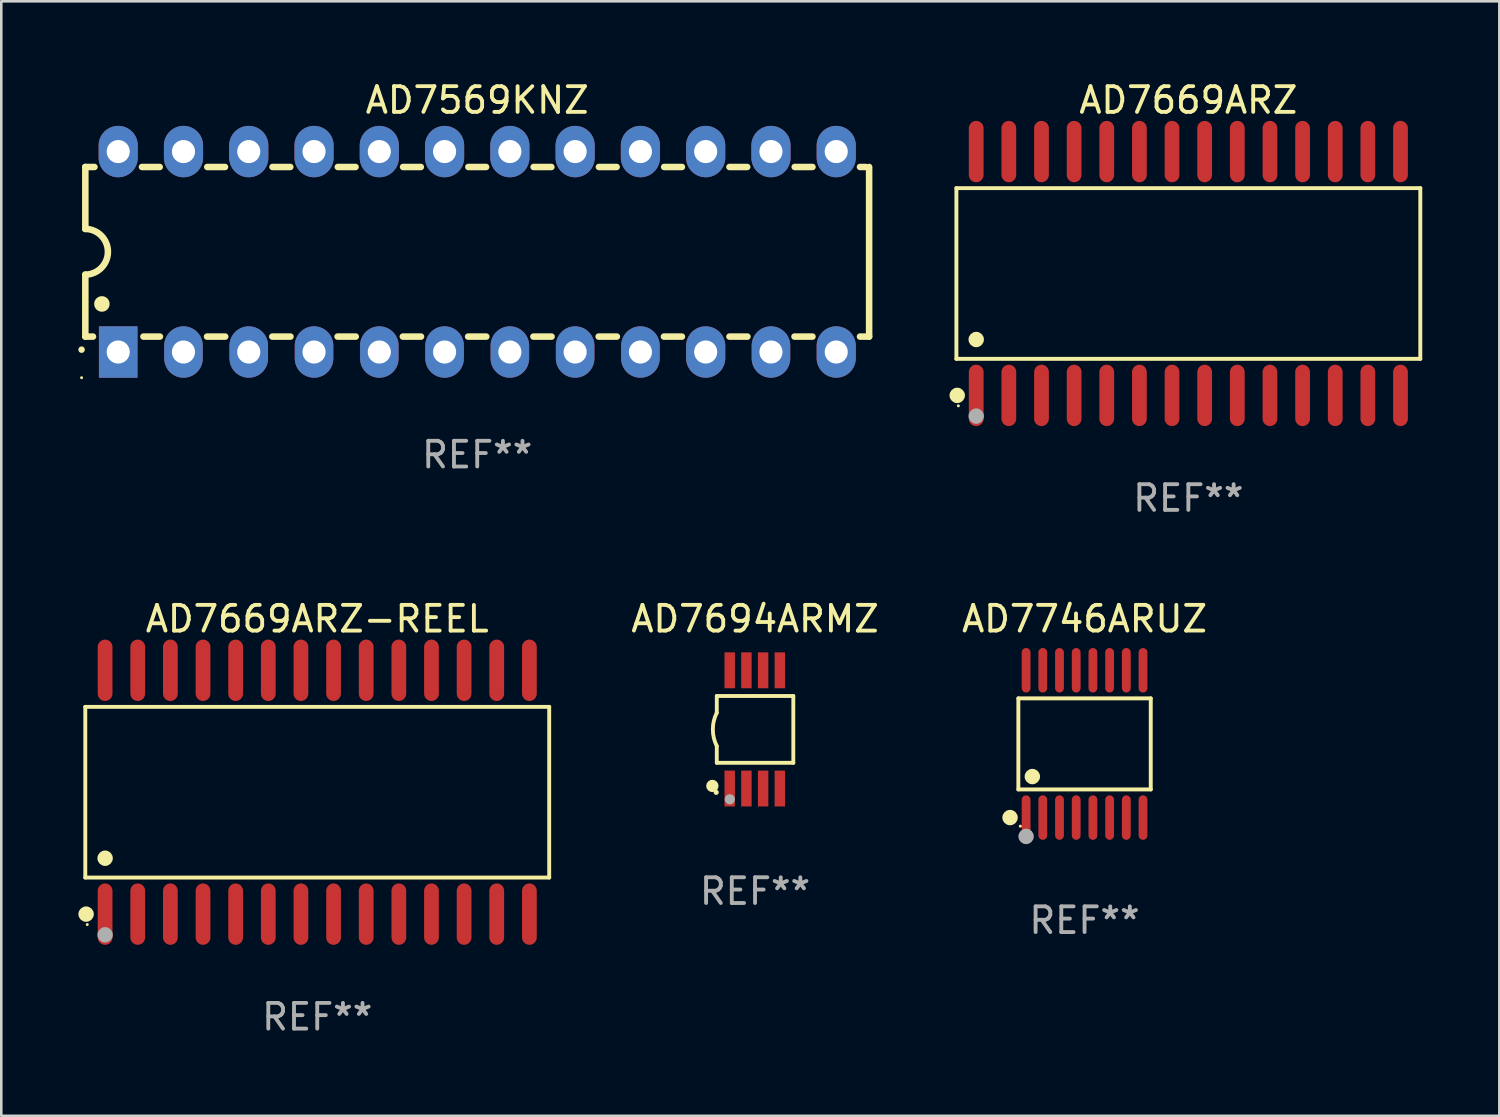
<source format=kicad_pcb>
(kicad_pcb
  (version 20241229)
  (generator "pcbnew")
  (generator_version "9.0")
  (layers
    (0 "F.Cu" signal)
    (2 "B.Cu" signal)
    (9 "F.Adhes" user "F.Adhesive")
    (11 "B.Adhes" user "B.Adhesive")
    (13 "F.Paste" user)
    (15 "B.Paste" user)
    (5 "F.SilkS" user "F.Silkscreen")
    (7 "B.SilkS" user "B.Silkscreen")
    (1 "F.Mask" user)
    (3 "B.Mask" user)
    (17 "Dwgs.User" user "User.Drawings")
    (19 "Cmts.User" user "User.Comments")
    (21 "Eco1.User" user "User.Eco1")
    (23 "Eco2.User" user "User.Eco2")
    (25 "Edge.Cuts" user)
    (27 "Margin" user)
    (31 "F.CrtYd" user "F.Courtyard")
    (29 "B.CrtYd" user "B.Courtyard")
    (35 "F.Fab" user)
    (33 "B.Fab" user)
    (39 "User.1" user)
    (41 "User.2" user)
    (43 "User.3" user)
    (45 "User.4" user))
  (footprint "AD7669ARZ-REEL"
    (layer "F.Cu")
    (at 9.295 27.777)
    (property "Reference" "AD7669ARZ-REEL" (at 0 -6.744 0) (layer "F.SilkS") (effects (font (size 1 1) (thickness 0.15))))
    (attr through_hole)
    (fp_line (start -9.026 -3.321) (end 9.026 -3.321) (stroke (width 0.152) (type solid)) (layer "F.SilkS"))
    (fp_line (start -9.026 3.321) (end -9.026 -3.321) (stroke (width 0.152) (type solid)) (layer "F.SilkS"))
    (fp_line (start 9.026 -3.321) (end 9.026 3.321) (stroke (width 0.152) (type solid)) (layer "F.SilkS"))
    (fp_line (start 9.026 3.321) (end -9.026 3.321) (stroke (width 0.152) (type solid)) (layer "F.SilkS"))
    (fp_circle (center -8.994 4.744) (end -8.844 4.744) (stroke (width 0.3) (type solid)) (fill no) (layer "F.SilkS"))
    (fp_circle (center -8.95 5.15) (end -8.92 5.15) (stroke (width 0.06) (type solid)) (fill no) (layer "F.SilkS"))
    (fp_circle (center -8.255 2.569) (end -8.105 2.569) (stroke (width 0.3) (type solid)) (fill no) (layer "F.SilkS"))
    (fp_circle (center -8.255 5.55) (end -8.105 5.55) (stroke (width 0.3) (type solid)) (fill no) (layer "F.Fab"))
    (fp_text user "REF**" (at 0 8.744 0) (layer "F.Fab") (effects (font (size 1 1) (thickness 0.15))))
    (pad "1" smd oval (at -8.255 4.744) (size 0.574 2.388) (layers "F.Cu" "F.Mask" "F.Paste"))
    (pad "2" smd oval (at -6.985 4.744) (size 0.574 2.388) (layers "F.Cu" "F.Mask" "F.Paste"))
    (pad "3" smd oval (at -5.715 4.744) (size 0.574 2.388) (layers "F.Cu" "F.Mask" "F.Paste"))
    (pad "4" smd oval (at -4.445 4.744) (size 0.574 2.388) (layers "F.Cu" "F.Mask" "F.Paste"))
    (pad "5" smd oval (at -3.175 4.744) (size 0.574 2.388) (layers "F.Cu" "F.Mask" "F.Paste"))
    (pad "6" smd oval (at -1.905 4.744) (size 0.574 2.388) (layers "F.Cu" "F.Mask" "F.Paste"))
    (pad "7" smd oval (at -0.635 4.744) (size 0.574 2.388) (layers "F.Cu" "F.Mask" "F.Paste"))
    (pad "8" smd oval (at 0.635 4.744) (size 0.574 2.388) (layers "F.Cu" "F.Mask" "F.Paste"))
    (pad "9" smd oval (at 1.905 4.744) (size 0.574 2.388) (layers "F.Cu" "F.Mask" "F.Paste"))
    (pad "10" smd oval (at 3.175 4.744) (size 0.574 2.388) (layers "F.Cu" "F.Mask" "F.Paste"))
    (pad "11" smd oval (at 4.445 4.744) (size 0.574 2.388) (layers "F.Cu" "F.Mask" "F.Paste"))
    (pad "12" smd oval (at 5.715 4.744) (size 0.574 2.388) (layers "F.Cu" "F.Mask" "F.Paste"))
    (pad "13" smd oval (at 6.985 4.744) (size 0.574 2.388) (layers "F.Cu" "F.Mask" "F.Paste"))
    (pad "14" smd oval (at 8.255 4.744) (size 0.574 2.388) (layers "F.Cu" "F.Mask" "F.Paste"))
    (pad "15" smd oval (at 8.255 -4.744) (size 0.574 2.388) (layers "F.Cu" "F.Mask" "F.Paste"))
    (pad "16" smd oval (at 6.985 -4.744) (size 0.574 2.388) (layers "F.Cu" "F.Mask" "F.Paste"))
    (pad "17" smd oval (at 5.715 -4.744) (size 0.574 2.388) (layers "F.Cu" "F.Mask" "F.Paste"))
    (pad "18" smd oval (at 4.445 -4.744) (size 0.574 2.388) (layers "F.Cu" "F.Mask" "F.Paste"))
    (pad "19" smd oval (at 3.175 -4.744) (size 0.574 2.388) (layers "F.Cu" "F.Mask" "F.Paste"))
    (pad "20" smd oval (at 1.905 -4.744) (size 0.574 2.388) (layers "F.Cu" "F.Mask" "F.Paste"))
    (pad "21" smd oval (at 0.635 -4.744) (size 0.574 2.388) (layers "F.Cu" "F.Mask" "F.Paste"))
    (pad "22" smd oval (at -0.635 -4.744) (size 0.574 2.388) (layers "F.Cu" "F.Mask" "F.Paste"))
    (pad "23" smd oval (at -1.905 -4.744) (size 0.574 2.388) (layers "F.Cu" "F.Mask" "F.Paste"))
    (pad "24" smd oval (at -3.175 -4.744) (size 0.574 2.388) (layers "F.Cu" "F.Mask" "F.Paste"))
    (pad "25" smd oval (at -4.445 -4.744) (size 0.574 2.388) (layers "F.Cu" "F.Mask" "F.Paste"))
    (pad "26" smd oval (at -5.715 -4.744) (size 0.574 2.388) (layers "F.Cu" "F.Mask" "F.Paste"))
    (pad "27" smd oval (at -6.985 -4.744) (size 0.574 2.388) (layers "F.Cu" "F.Mask" "F.Paste"))
    (pad "28" smd oval (at -8.255 -4.744) (size 0.574 2.388) (layers "F.Cu" "F.Mask" "F.Paste")))
  (footprint "AD7694ARMZ"
    (layer "F.Cu")
    (at 26.331 25.333)
    (property "Reference" "AD7694ARMZ" (at 0 -4.3 0) (layer "F.SilkS") (effects (font (size 1 1) (thickness 0.15))))
    (attr through_hole)
    (fp_line (start -1.489 -1.3) (end -1.489 -0.648) (stroke (width 0.15) (type solid)) (layer "F.SilkS"))
    (fp_line (start -1.489 0.648) (end -1.489 1.3) (stroke (width 0.15) (type solid)) (layer "F.SilkS"))
    (fp_line (start -1.489 1.3) (end 1.489 1.3) (stroke (width 0.15) (type solid)) (layer "F.SilkS"))
    (fp_line (start 1.489 -1.3) (end -1.489 -1.3) (stroke (width 0.15) (type solid)) (layer "F.SilkS"))
    (fp_line (start 1.489 1.3) (end 1.489 -1.3) (stroke (width 0.15) (type solid)) (layer "F.SilkS"))
    (fp_arc (start -1.489205 0.647702) (mid -1.642107 0) (end -1.489205 -0.647701) (stroke (width 0.150013) (type solid)) (layer "F.SilkS"))
    (fp_circle (center -1.661 2.2) (end -1.541 2.2) (stroke (width 0.24) (type solid)) (fill no) (layer "F.SilkS"))
    (fp_circle (center -1.511 2.45) (end -1.461 2.45) (stroke (width 0.1) (type solid)) (fill no) (layer "F.SilkS"))
    (fp_circle (center -0.981 2.72) (end -0.881 2.72) (stroke (width 0.2) (type solid)) (fill no) (layer "F.Fab"))
    (fp_text user "REF**" (at 0 6.3 0) (layer "F.Fab") (effects (font (size 1 1) (thickness 0.15))))
    (pad "1" smd rect (at -0.986 2.3) (size 0.406 1.397) (layers "F.Cu" "F.Mask" "F.Paste"))
    (pad "2" smd rect (at -0.336 2.3) (size 0.406 1.397) (layers "F.Cu" "F.Mask" "F.Paste"))
    (pad "3" smd rect (at 0.314 2.3) (size 0.406 1.397) (layers "F.Cu" "F.Mask" "F.Paste"))
    (pad "4" smd rect (at 0.964 2.3) (size 0.406 1.397) (layers "F.Cu" "F.Mask" "F.Paste"))
    (pad "5" smd rect (at 0.964 -2.3) (size 0.406 1.397) (layers "F.Cu" "F.Mask" "F.Paste"))
    (pad "6" smd rect (at 0.314 -2.3) (size 0.406 1.397) (layers "F.Cu" "F.Mask" "F.Paste"))
    (pad "7" smd rect (at -0.336 -2.3) (size 0.406 1.397) (layers "F.Cu" "F.Mask" "F.Paste"))
    (pad "8" smd rect (at -0.986 -2.3) (size 0.406 1.397) (layers "F.Cu" "F.Mask" "F.Paste")))
  (footprint "AD7746ARUZ"
    (layer "F.Cu")
    (at 39.153 25.898)
    (property "Reference" "AD7746ARUZ" (at 0 -4.866 0) (layer "F.SilkS") (effects (font (size 1 1) (thickness 0.15))))
    (attr through_hole)
    (fp_line (start -2.576 -1.772) (end 2.576 -1.772) (stroke (width 0.152) (type solid)) (layer "F.SilkS"))
    (fp_line (start -2.576 1.771) (end -2.576 -1.772) (stroke (width 0.152) (type solid)) (layer "F.SilkS"))
    (fp_line (start 2.576 -1.772) (end 2.576 1.771) (stroke (width 0.152) (type solid)) (layer "F.SilkS"))
    (fp_line (start 2.576 1.771) (end -2.576 1.771) (stroke (width 0.152) (type solid)) (layer "F.SilkS"))
    (fp_circle (center -2.899 2.866) (end -2.749 2.866) (stroke (width 0.3) (type solid)) (fill no) (layer "F.SilkS"))
    (fp_circle (center -2.5 3.2) (end -2.47 3.2) (stroke (width 0.06) (type solid)) (fill no) (layer "F.SilkS"))
    (fp_circle (center -2.032 1.27) (end -1.882 1.27) (stroke (width 0.3) (type solid)) (fill no) (layer "F.SilkS"))
    (fp_circle (center -2.275 3.6) (end -2.125 3.6) (stroke (width 0.3) (type solid)) (fill no) (layer "F.Fab"))
    (fp_text user "REF**" (at 0 6.866 0) (layer "F.Fab") (effects (font (size 1 1) (thickness 0.15))))
    (pad "1" smd oval (at -2.275 2.866) (size 0.343 1.731) (layers "F.Cu" "F.Mask" "F.Paste"))
    (pad "2" smd oval (at -1.625 2.866) (size 0.343 1.731) (layers "F.Cu" "F.Mask" "F.Paste"))
    (pad "3" smd oval (at -0.975 2.866) (size 0.343 1.731) (layers "F.Cu" "F.Mask" "F.Paste"))
    (pad "4" smd oval (at -0.325 2.866) (size 0.343 1.731) (layers "F.Cu" "F.Mask" "F.Paste"))
    (pad "5" smd oval (at 0.325 2.866) (size 0.343 1.731) (layers "F.Cu" "F.Mask" "F.Paste"))
    (pad "6" smd oval (at 0.975 2.866) (size 0.343 1.731) (layers "F.Cu" "F.Mask" "F.Paste"))
    (pad "7" smd oval (at 1.625 2.866) (size 0.343 1.731) (layers "F.Cu" "F.Mask" "F.Paste"))
    (pad "8" smd oval (at 2.275 2.866) (size 0.343 1.731) (layers "F.Cu" "F.Mask" "F.Paste"))
    (pad "9" smd oval (at 2.275 -2.866) (size 0.343 1.731) (layers "F.Cu" "F.Mask" "F.Paste"))
    (pad "10" smd oval (at 1.625 -2.866) (size 0.343 1.731) (layers "F.Cu" "F.Mask" "F.Paste"))
    (pad "11" smd oval (at 0.975 -2.866) (size 0.343 1.731) (layers "F.Cu" "F.Mask" "F.Paste"))
    (pad "12" smd oval (at 0.325 -2.866) (size 0.343 1.731) (layers "F.Cu" "F.Mask" "F.Paste"))
    (pad "13" smd oval (at -0.325 -2.866) (size 0.343 1.731) (layers "F.Cu" "F.Mask" "F.Paste"))
    (pad "14" smd oval (at -0.975 -2.866) (size 0.343 1.731) (layers "F.Cu" "F.Mask" "F.Paste"))
    (pad "15" smd oval (at -1.625 -2.866) (size 0.343 1.731) (layers "F.Cu" "F.Mask" "F.Paste"))
    (pad "16" smd oval (at -2.275 -2.866) (size 0.343 1.731) (layers "F.Cu" "F.Mask" "F.Paste")))
  (footprint "AD7669ARZ"
    (layer "F.Cu")
    (at 43.192 7.592)
    (property "Reference" "AD7669ARZ" (at 0 -6.744 0) (layer "F.SilkS") (effects (font (size 1 1) (thickness 0.15))))
    (attr through_hole)
    (fp_line (start -9.026 -3.321) (end 9.026 -3.321) (stroke (width 0.152) (type solid)) (layer "F.SilkS"))
    (fp_line (start -9.026 3.321) (end -9.026 -3.321) (stroke (width 0.152) (type solid)) (layer "F.SilkS"))
    (fp_line (start 9.026 -3.321) (end 9.026 3.321) (stroke (width 0.152) (type solid)) (layer "F.SilkS"))
    (fp_line (start 9.026 3.321) (end -9.026 3.321) (stroke (width 0.152) (type solid)) (layer "F.SilkS"))
    (fp_circle (center -8.994 4.744) (end -8.844 4.744) (stroke (width 0.3) (type solid)) (fill no) (layer "F.SilkS"))
    (fp_circle (center -8.95 5.15) (end -8.92 5.15) (stroke (width 0.06) (type solid)) (fill no) (layer "F.SilkS"))
    (fp_circle (center -8.255 2.569) (end -8.105 2.569) (stroke (width 0.3) (type solid)) (fill no) (layer "F.SilkS"))
    (fp_circle (center -8.255 5.55) (end -8.105 5.55) (stroke (width 0.3) (type solid)) (fill no) (layer "F.Fab"))
    (fp_text user "REF**" (at 0 8.744 0) (layer "F.Fab") (effects (font (size 1 1) (thickness 0.15))))
    (pad "1" smd oval (at -8.255 4.744) (size 0.574 2.388) (layers "F.Cu" "F.Mask" "F.Paste"))
    (pad "2" smd oval (at -6.985 4.744) (size 0.574 2.388) (layers "F.Cu" "F.Mask" "F.Paste"))
    (pad "3" smd oval (at -5.715 4.744) (size 0.574 2.388) (layers "F.Cu" "F.Mask" "F.Paste"))
    (pad "4" smd oval (at -4.445 4.744) (size 0.574 2.388) (layers "F.Cu" "F.Mask" "F.Paste"))
    (pad "5" smd oval (at -3.175 4.744) (size 0.574 2.388) (layers "F.Cu" "F.Mask" "F.Paste"))
    (pad "6" smd oval (at -1.905 4.744) (size 0.574 2.388) (layers "F.Cu" "F.Mask" "F.Paste"))
    (pad "7" smd oval (at -0.635 4.744) (size 0.574 2.388) (layers "F.Cu" "F.Mask" "F.Paste"))
    (pad "8" smd oval (at 0.635 4.744) (size 0.574 2.388) (layers "F.Cu" "F.Mask" "F.Paste"))
    (pad "9" smd oval (at 1.905 4.744) (size 0.574 2.388) (layers "F.Cu" "F.Mask" "F.Paste"))
    (pad "10" smd oval (at 3.175 4.744) (size 0.574 2.388) (layers "F.Cu" "F.Mask" "F.Paste"))
    (pad "11" smd oval (at 4.445 4.744) (size 0.574 2.388) (layers "F.Cu" "F.Mask" "F.Paste"))
    (pad "12" smd oval (at 5.715 4.744) (size 0.574 2.388) (layers "F.Cu" "F.Mask" "F.Paste"))
    (pad "13" smd oval (at 6.985 4.744) (size 0.574 2.388) (layers "F.Cu" "F.Mask" "F.Paste"))
    (pad "14" smd oval (at 8.255 4.744) (size 0.574 2.388) (layers "F.Cu" "F.Mask" "F.Paste"))
    (pad "15" smd oval (at 8.255 -4.744) (size 0.574 2.388) (layers "F.Cu" "F.Mask" "F.Paste"))
    (pad "16" smd oval (at 6.985 -4.744) (size 0.574 2.388) (layers "F.Cu" "F.Mask" "F.Paste"))
    (pad "17" smd oval (at 5.715 -4.744) (size 0.574 2.388) (layers "F.Cu" "F.Mask" "F.Paste"))
    (pad "18" smd oval (at 4.445 -4.744) (size 0.574 2.388) (layers "F.Cu" "F.Mask" "F.Paste"))
    (pad "19" smd oval (at 3.175 -4.744) (size 0.574 2.388) (layers "F.Cu" "F.Mask" "F.Paste"))
    (pad "20" smd oval (at 1.905 -4.744) (size 0.574 2.388) (layers "F.Cu" "F.Mask" "F.Paste"))
    (pad "21" smd oval (at 0.635 -4.744) (size 0.574 2.388) (layers "F.Cu" "F.Mask" "F.Paste"))
    (pad "22" smd oval (at -0.635 -4.744) (size 0.574 2.388) (layers "F.Cu" "F.Mask" "F.Paste"))
    (pad "23" smd oval (at -1.905 -4.744) (size 0.574 2.388) (layers "F.Cu" "F.Mask" "F.Paste"))
    (pad "24" smd oval (at -3.175 -4.744) (size 0.574 2.388) (layers "F.Cu" "F.Mask" "F.Paste"))
    (pad "25" smd oval (at -4.445 -4.744) (size 0.574 2.388) (layers "F.Cu" "F.Mask" "F.Paste"))
    (pad "26" smd oval (at -5.715 -4.744) (size 0.574 2.388) (layers "F.Cu" "F.Mask" "F.Paste"))
    (pad "27" smd oval (at -6.985 -4.744) (size 0.574 2.388) (layers "F.Cu" "F.Mask" "F.Paste"))
    (pad "28" smd oval (at -8.255 -4.744) (size 0.574 2.388) (layers "F.Cu" "F.Mask" "F.Paste")))
  (footprint "AD7569KNZ"
    (layer "F.Cu")
    (at 15.52 6.748)
    (property "Reference" "AD7569KNZ" (at 0 -5.9 0) (layer "F.SilkS") (effects (font (size 1 1) (thickness 0.15))))
    (attr through_hole)
    (fp_line (start -15.25 -3.3) (end -15.25 -0.889) (stroke (width 0.254) (type solid)) (layer "F.SilkS"))
    (fp_line (start -15.25 -3.3) (end -14.895 -3.3) (stroke (width 0.254) (type solid)) (layer "F.SilkS"))
    (fp_line (start -15.25 3.3) (end -15.25 0.889) (stroke (width 0.254) (type solid)) (layer "F.SilkS"))
    (fp_line (start -15.25 3.3) (end -14.951 3.3) (stroke (width 0.254) (type solid)) (layer "F.SilkS"))
    (fp_line (start -13.045 -3.3) (end -12.355 -3.3) (stroke (width 0.254) (type solid)) (layer "F.SilkS"))
    (fp_line (start -12.989 3.3) (end -12.347 3.3) (stroke (width 0.254) (type solid)) (layer "F.SilkS"))
    (fp_line (start -10.514 3.3) (end -9.807 3.3) (stroke (width 0.254) (type solid)) (layer "F.SilkS"))
    (fp_line (start -10.505 -3.3) (end -9.815 -3.3) (stroke (width 0.254) (type solid)) (layer "F.SilkS"))
    (fp_line (start -7.974 3.3) (end -7.267 3.3) (stroke (width 0.254) (type solid)) (layer "F.SilkS"))
    (fp_line (start -7.965 -3.3) (end -7.275 -3.3) (stroke (width 0.254) (type solid)) (layer "F.SilkS"))
    (fp_line (start -5.434 3.3) (end -4.727 3.3) (stroke (width 0.254) (type solid)) (layer "F.SilkS"))
    (fp_line (start -5.425 -3.3) (end -4.735 -3.3) (stroke (width 0.254) (type solid)) (layer "F.SilkS"))
    (fp_line (start -2.894 3.3) (end -2.187 3.3) (stroke (width 0.254) (type solid)) (layer "F.SilkS"))
    (fp_line (start -2.885 -3.3) (end -2.195 -3.3) (stroke (width 0.254) (type solid)) (layer "F.SilkS"))
    (fp_line (start -0.354 3.3) (end 0.353 3.3) (stroke (width 0.254) (type solid)) (layer "F.SilkS"))
    (fp_line (start -0.345 -3.3) (end 0.345 -3.3) (stroke (width 0.254) (type solid)) (layer "F.SilkS"))
    (fp_line (start 2.186 3.3) (end 2.893 3.3) (stroke (width 0.254) (type solid)) (layer "F.SilkS"))
    (fp_line (start 2.195 -3.3) (end 2.885 -3.3) (stroke (width 0.254) (type solid)) (layer "F.SilkS"))
    (fp_line (start 4.726 3.3) (end 5.434 3.3) (stroke (width 0.254) (type solid)) (layer "F.SilkS"))
    (fp_line (start 4.735 -3.3) (end 5.425 -3.3) (stroke (width 0.254) (type solid)) (layer "F.SilkS"))
    (fp_line (start 7.266 3.3) (end 7.965 3.3) (stroke (width 0.254) (type solid)) (layer "F.SilkS"))
    (fp_line (start 7.275 -3.3) (end 7.965 -3.3) (stroke (width 0.254) (type solid)) (layer "F.SilkS"))
    (fp_line (start 9.815 -3.3) (end 10.505 -3.3) (stroke (width 0.254) (type solid)) (layer "F.SilkS"))
    (fp_line (start 9.815 3.3) (end 10.514 3.3) (stroke (width 0.254) (type solid)) (layer "F.SilkS"))
    (fp_line (start 12.346 3.3) (end 13.045 3.3) (stroke (width 0.254) (type solid)) (layer "F.SilkS"))
    (fp_line (start 12.355 -3.3) (end 13.045 -3.3) (stroke (width 0.254) (type solid)) (layer "F.SilkS"))
    (fp_line (start 14.895 -3.3) (end 15.113 -3.3) (stroke (width 0.254) (type solid)) (layer "F.SilkS"))
    (fp_line (start 14.895 3.3) (end 15.25 3.3) (stroke (width 0.254) (type solid)) (layer "F.SilkS"))
    (fp_line (start 15.25 -3.3) (end 15.25 3.3) (stroke (width 0.254) (type solid)) (layer "F.SilkS"))
    (fp_arc (start -15.394971 3.810033) (mid -15.394978 3.808763) (end -15.394971 3.807493) (stroke (width 0.25) (type solid)) (layer "F.SilkS"))
    (fp_arc (start -15.251053 -0.890146) (mid -14.361467 -0.001067) (end -15.250038 0.889027) (stroke (width 0.254001) (type solid)) (layer "F.SilkS"))
    (fp_arc (start -14.605029 2.032029) (mid -14.60504 2.029489) (end -14.605029 2.026949) (stroke (width 0.6) (type solid)) (layer "F.SilkS"))
    (fp_circle (center -15.395 4.9) (end -15.365 4.9) (stroke (width 0.06) (type solid)) (fill no) (layer "F.SilkS"))
    (fp_text user "REF**" (at 0 7.9 0) (layer "F.Fab") (effects (font (size 1 1) (thickness 0.15))))
    (pad "1" thru_hole rect (at -13.97 3.9 90) (size 2 1.5) (drill 0.9) (layers "*.Cu" "*.Mask"))
    (pad "2" thru_hole oval (at -11.43 3.9 90) (size 2 1.5) (drill 0.9) (layers "*.Cu" "*.Mask"))
    (pad "3" thru_hole oval (at -8.89 3.9 90) (size 2 1.5) (drill 0.9) (layers "*.Cu" "*.Mask"))
    (pad "4" thru_hole oval (at -6.35 3.9 90) (size 2 1.5) (drill 0.9) (layers "*.Cu" "*.Mask"))
    (pad "5" thru_hole oval (at -3.81 3.9 90) (size 2 1.5) (drill 0.9) (layers "*.Cu" "*.Mask"))
    (pad "6" thru_hole oval (at -1.27 3.9 90) (size 2 1.5) (drill 0.9) (layers "*.Cu" "*.Mask"))
    (pad "7" thru_hole oval (at 1.27 3.9 90) (size 2 1.5) (drill 0.9) (layers "*.Cu" "*.Mask"))
    (pad "8" thru_hole oval (at 3.81 3.9 90) (size 2 1.5) (drill 0.9) (layers "*.Cu" "*.Mask"))
    (pad "9" thru_hole oval (at 6.35 3.9 90) (size 2 1.5) (drill 0.9) (layers "*.Cu" "*.Mask"))
    (pad "10" thru_hole oval (at 8.89 3.9 90) (size 2 1.524) (drill 0.9) (layers "*.Cu" "*.Mask"))
    (pad "11" thru_hole oval (at 11.43 3.9 90) (size 2 1.5) (drill 0.9) (layers "*.Cu" "*.Mask"))
    (pad "12" thru_hole oval (at 13.97 3.9 90) (size 2 1.524) (drill 0.9) (layers "*.Cu" "*.Mask"))
    (pad "13" thru_hole oval (at 13.97 -3.9 90) (size 2 1.524) (drill 0.9) (layers "*.Cu" "*.Mask"))
    (pad "14" thru_hole oval (at 11.43 -3.9 90) (size 2 1.524) (drill 0.9) (layers "*.Cu" "*.Mask"))
    (pad "15" thru_hole oval (at 8.89 -3.9 90) (size 2 1.524) (drill 0.9) (layers "*.Cu" "*.Mask"))
    (pad "16" thru_hole oval (at 6.35 -3.9 90) (size 2 1.524) (drill 0.9) (layers "*.Cu" "*.Mask"))
    (pad "17" thru_hole oval (at 3.81 -3.9 90) (size 2 1.524) (drill 0.9) (layers "*.Cu" "*.Mask"))
    (pad "18" thru_hole oval (at 1.27 -3.9 90) (size 2 1.524) (drill 0.9) (layers "*.Cu" "*.Mask"))
    (pad "19" thru_hole oval (at -1.27 -3.9 90) (size 2 1.524) (drill 0.9) (layers "*.Cu" "*.Mask"))
    (pad "20" thru_hole oval (at -3.81 -3.9 90) (size 2 1.524) (drill 0.9) (layers "*.Cu" "*.Mask"))
    (pad "21" thru_hole oval (at -6.35 -3.9 90) (size 2 1.524) (drill 0.9) (layers "*.Cu" "*.Mask"))
    (pad "22" thru_hole oval (at -8.89 -3.9 90) (size 2 1.524) (drill 0.9) (layers "*.Cu" "*.Mask"))
    (pad "23" thru_hole oval (at -11.43 -3.9 90) (size 2 1.524) (drill 0.9) (layers "*.Cu" "*.Mask"))
    (pad "24" thru_hole oval (at -13.97 -3.9 90) (size 2 1.524) (drill 0.9) (layers "*.Cu" "*.Mask")))
  (gr_rect
    (start -3 -3)
    (end 55.294 40.369)
    (stroke (width 0.1) (type default))
    (fill no)
    (layer "Edge.Cuts")))
</source>
